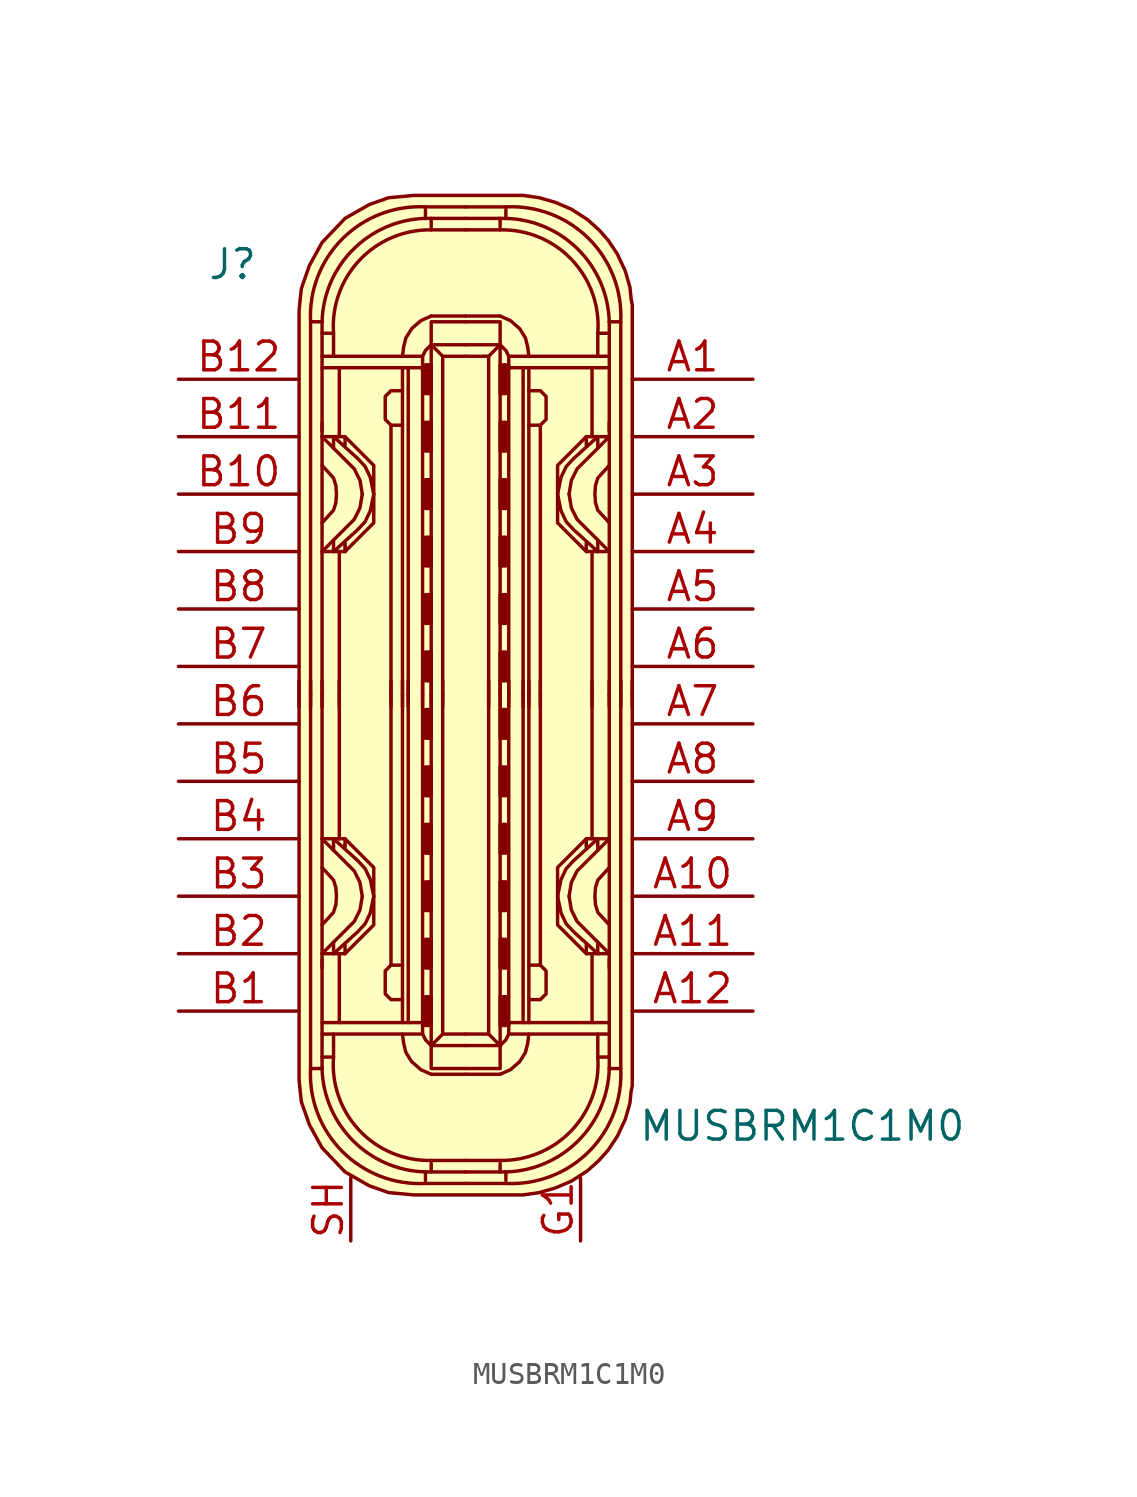
<source format=kicad_sym>
(kicad_symbol_lib
  (version 20220914)
  (generator kicad_symbol_editor)
  (symbol "MUSBRM1C1M0"
    (pin_names
      (offset 1.016))
    (property "Reference" "J"
      (at -11.43 19.05 0)
      (effects (font (size 1.27 1.27)) (justify left)))
    (property "Value" "MUSBRM1C1M0"
      (at 7.62 -19.05 0)
      (effects (font (size 1.27 1.27)) (justify left)))
    (symbol "MUSBRM1C1M0_1_1"
      (arc (start -6.858 -16.51) (mid -5.4492 -20.1812) (end -1.778 -21.59) (stroke (width 0) (type default)) (fill (type none)))
      (arc (start -6.35 -16.51) (mid -4.9749 -19.7069) (end -1.778 -21.082) (stroke (width 0) (type default)) (fill (type none)))
      (arc (start -5.842 -16.002) (mid -4.6972 -19.2495) (end -1.524 -20.574) (stroke (width 0) (type default)) (fill (type none)))
      (rectangle (start -1.778 -14.605) (end -1.524 -13.335) (stroke (width 0) (type default)) (fill (type outline)))
      (rectangle (start -1.778 -12.065) (end -1.524 -10.795) (stroke (width 0) (type default)) (fill (type outline)))
      (rectangle (start -1.778 -9.525) (end -1.524 -8.255) (stroke (width 0) (type default)) (fill (type outline)))
      (rectangle (start -1.778 -6.985) (end -1.524 -5.715) (stroke (width 0) (type default)) (fill (type outline)))
      (rectangle (start -1.778 -4.445) (end -1.524 -3.175) (stroke (width 0) (type default)) (fill (type outline)))
      (rectangle (start -1.778 -1.905) (end -1.524 -0.635) (stroke (width 0) (type default)) (fill (type outline)))
      (rectangle (start -1.778 1.905) (end -1.524 0.635) (stroke (width 0) (type default)) (fill (type outline)))
      (rectangle (start -1.778 4.445) (end -1.524 3.175) (stroke (width 0) (type default)) (fill (type outline)))
      (rectangle (start -1.778 6.985) (end -1.524 5.715) (stroke (width 0) (type default)) (fill (type outline)))
      (rectangle (start -1.778 9.525) (end -1.524 8.255) (stroke (width 0) (type default)) (fill (type outline)))
      (rectangle (start -1.778 12.065) (end -1.524 10.795) (stroke (width 0) (type default)) (fill (type outline)))
      (rectangle (start -1.778 14.605) (end -1.524 13.335) (stroke (width 0) (type default)) (fill (type outline)))
      (arc (start -1.778 21.082) (mid -4.9749 19.7069) (end -6.35 16.51) (stroke (width 0) (type default)) (fill (type none)))
      (arc (start -1.778 21.59) (mid -5.4492 20.1812) (end -6.858 16.51) (stroke (width 0) (type default)) (fill (type none)))
      (arc (start -1.524 20.574) (mid -4.6883 19.2412) (end -5.842 16.002) (stroke (width 0) (type default)) (fill (type none)))
      (polyline (pts (xy -7.366 -0.508) (xy -7.366 0.635)) (stroke (width 0) (type default)) (fill (type none)))
      (polyline (pts (xy -6.858 -0.508) (xy -6.858 0.635)) (stroke (width 0) (type default)) (fill (type none)))
      (polyline (pts (xy -6.35 -14.986) (xy -1.905 -14.986)) (stroke (width 0) (type default)) (fill (type none)))
      (polyline (pts (xy -6.35 -12.065) (xy -6.35 0)) (stroke (width 0) (type default)) (fill (type none)))
      (polyline (pts (xy -6.35 -0.508) (xy -6.35 0.635)) (stroke (width 0) (type default)) (fill (type none)))
      (polyline (pts (xy -6.35 12.065) (xy -6.35 0)) (stroke (width 0) (type default)) (fill (type none)))
      (polyline (pts (xy -6.35 14.986) (xy -1.905 14.986)) (stroke (width 0) (type default)) (fill (type none)))
      (polyline (pts (xy -5.842 -11.43) (xy -5.842 -10.922)) (stroke (width 0) (type default)) (fill (type none)))
      (polyline (pts (xy -5.842 -6.35) (xy -5.842 -6.858)) (stroke (width 0) (type default)) (fill (type none)))
      (polyline (pts (xy -5.842 6.35) (xy -5.842 6.858)) (stroke (width 0) (type default)) (fill (type none)))
      (polyline (pts (xy -5.842 11.43) (xy -5.842 10.922)) (stroke (width 0) (type default)) (fill (type none)))
      (polyline (pts (xy -5.588 -14.478) (xy -5.588 -11.43)) (stroke (width 0) (type default)) (fill (type none)))
      (polyline (pts (xy -5.588 -6.35) (xy -5.588 0)) (stroke (width 0) (type default)) (fill (type none)))
      (polyline (pts (xy -5.588 -0.508) (xy -5.588 0.635)) (stroke (width 0) (type default)) (fill (type none)))
      (polyline (pts (xy -5.588 6.35) (xy -5.588 0)) (stroke (width 0) (type default)) (fill (type none)))
      (polyline (pts (xy -5.588 14.478) (xy -5.588 11.43)) (stroke (width 0) (type default)) (fill (type none)))
      (polyline (pts (xy -5.334 -11.43) (xy -5.334 -11.049)) (stroke (width 0) (type default)) (fill (type none)))
      (polyline (pts (xy -5.334 -6.604) (xy -5.334 -6.731)) (stroke (width 0) (type default)) (fill (type none)))
      (polyline (pts (xy -5.334 -6.35) (xy -5.334 -6.604)) (stroke (width 0) (type default)) (fill (type none)))
      (polyline (pts (xy -5.334 6.35) (xy -5.334 6.604)) (stroke (width 0) (type default)) (fill (type none)))
      (polyline (pts (xy -5.334 6.604) (xy -5.334 6.731)) (stroke (width 0) (type default)) (fill (type none)))
      (polyline (pts (xy -5.334 11.43) (xy -5.334 11.049)) (stroke (width 0) (type default)) (fill (type none)))
      (polyline (pts (xy -3.302 -0.508) (xy -3.302 0.635)) (stroke (width 0) (type default)) (fill (type none)))
      (polyline (pts (xy -3.302 0) (xy -3.302 -11.938)) (stroke (width 0) (type default)) (fill (type none)))
      (polyline (pts (xy -3.302 0) (xy -3.302 11.938)) (stroke (width 0) (type default)) (fill (type none)))
      (polyline (pts (xy -2.794 -0.508) (xy -2.794 0.635)) (stroke (width 0) (type default)) (fill (type none)))
      (polyline (pts (xy -2.794 0) (xy -2.794 -14.478)) (stroke (width 0) (type default)) (fill (type none)))
      (polyline (pts (xy -2.794 0) (xy -2.794 14.478)) (stroke (width 0) (type default)) (fill (type none)))
      (polyline (pts (xy -2.54 -14.478) (xy -2.54 0)) (stroke (width 0) (type default)) (fill (type none)))
      (polyline (pts (xy -2.54 -0.508) (xy -2.54 0.635)) (stroke (width 0) (type default)) (fill (type none)))
      (polyline (pts (xy -2.54 14.478) (xy -2.54 0)) (stroke (width 0) (type default)) (fill (type none)))
      (polyline (pts (xy -1.905 -14.478) (xy -6.35 -14.478)) (stroke (width 0) (type default)) (fill (type none)))
      (polyline (pts (xy -1.905 -0.508) (xy -1.905 0.635)) (stroke (width 0) (type default)) (fill (type none)))
      (polyline (pts (xy -1.905 0) (xy -1.905 -14.605)) (stroke (width 0) (type default)) (fill (type none)))
      (polyline (pts (xy -1.905 0) (xy -1.905 14.605)) (stroke (width 0) (type default)) (fill (type none)))
      (polyline (pts (xy -1.905 14.478) (xy -6.35 14.478)) (stroke (width 0) (type default)) (fill (type none)))
      (polyline (pts (xy -1.778 -21.59) (xy 0 -21.59)) (stroke (width 0) (type default)) (fill (type background)))
      (polyline (pts (xy -1.778 -21.082) (xy -1.778 -21.463)) (stroke (width 0) (type default)) (fill (type none)))
      (polyline (pts (xy -1.778 -21.082) (xy 0 -21.082)) (stroke (width 0) (type default)) (fill (type none)))
      (polyline (pts (xy -1.778 21.082) (xy -1.778 21.463)) (stroke (width 0) (type default)) (fill (type none)))
      (polyline (pts (xy -1.778 21.082) (xy 0 21.082)) (stroke (width 0) (type default)) (fill (type none)))
      (polyline (pts (xy -1.778 21.59) (xy 0 21.59)) (stroke (width 0) (type default)) (fill (type background)))
      (polyline (pts (xy -1.524 -20.701) (xy -1.524 -21.082)) (stroke (width 0) (type default)) (fill (type none)))
      (polyline (pts (xy -1.524 -20.574) (xy 0 -20.574)) (stroke (width 0) (type default)) (fill (type none)))
      (polyline (pts (xy -1.524 -0.508) (xy -1.524 0.635)) (stroke (width 0) (type default)) (fill (type none)))
      (polyline (pts (xy -1.524 20.574) (xy 0 20.574)) (stroke (width 0) (type default)) (fill (type none)))
      (polyline (pts (xy -1.524 20.701) (xy -1.524 21.082)) (stroke (width 0) (type default)) (fill (type none)))
      (polyline (pts (xy -1.016 -14.986) (xy -1.524 -15.494)) (stroke (width 0) (type default)) (fill (type none)))
      (polyline (pts (xy -1.016 -0.508) (xy -1.016 0.635)) (stroke (width 0) (type default)) (fill (type none)))
      (polyline (pts (xy -1.016 14.986) (xy -1.524 15.494)) (stroke (width 0) (type default)) (fill (type none)))
      (polyline (pts (xy 0 -16.764) (xy -1.524 -16.764)) (stroke (width 0) (type default)) (fill (type none)))
      (polyline (pts (xy 0 -16.764) (xy 1.524 -16.764)) (stroke (width 0) (type default)) (fill (type none)))
      (polyline (pts (xy 0 16.764) (xy -1.524 16.764)) (stroke (width 0) (type default)) (fill (type none)))
      (polyline (pts (xy 0 16.764) (xy 1.524 16.764)) (stroke (width 0) (type default)) (fill (type none)))
      (polyline (pts (xy 1.016 -14.986) (xy 1.524 -15.494)) (stroke (width 0) (type default)) (fill (type none)))
      (polyline (pts (xy 1.016 -0.508) (xy 1.016 0.635)) (stroke (width 0) (type default)) (fill (type none)))
      (polyline (pts (xy 1.016 14.986) (xy 1.524 15.494)) (stroke (width 0) (type default)) (fill (type none)))
      (polyline (pts (xy 1.524 -20.701) (xy 1.524 -21.082)) (stroke (width 0) (type default)) (fill (type none)))
      (polyline (pts (xy 1.524 -20.574) (xy 0 -20.574)) (stroke (width 0) (type default)) (fill (type none)))
      (polyline (pts (xy 1.524 -0.508) (xy 1.524 0.635)) (stroke (width 0) (type default)) (fill (type none)))
      (polyline (pts (xy 1.524 20.574) (xy 0 20.574)) (stroke (width 0) (type default)) (fill (type none)))
      (polyline (pts (xy 1.524 20.701) (xy 1.524 21.082)) (stroke (width 0) (type default)) (fill (type none)))
      (polyline (pts (xy 1.778 -21.59) (xy 0 -21.59)) (stroke (width 0) (type default)) (fill (type background)))
      (polyline (pts (xy 1.778 -21.082) (xy 0 -21.082)) (stroke (width 0) (type default)) (fill (type none)))
      (polyline (pts (xy 1.778 -21.082) (xy 1.778 -21.463)) (stroke (width 0) (type default)) (fill (type none)))
      (polyline (pts (xy 1.778 21.082) (xy 0 21.082)) (stroke (width 0) (type default)) (fill (type none)))
      (polyline (pts (xy 1.778 21.082) (xy 1.778 21.463)) (stroke (width 0) (type default)) (fill (type none)))
      (polyline (pts (xy 1.778 21.59) (xy 0 21.59)) (stroke (width 0) (type default)) (fill (type background)))
      (polyline (pts (xy 1.905 -14.478) (xy 6.35 -14.478)) (stroke (width 0) (type default)) (fill (type none)))
      (polyline (pts (xy 1.905 -0.508) (xy 1.905 0.635)) (stroke (width 0) (type default)) (fill (type none)))
      (polyline (pts (xy 1.905 0) (xy 1.905 -14.605)) (stroke (width 0) (type default)) (fill (type none)))
      (polyline (pts (xy 1.905 0) (xy 1.905 14.605)) (stroke (width 0) (type default)) (fill (type none)))
      (polyline (pts (xy 1.905 14.478) (xy 6.35 14.478)) (stroke (width 0) (type default)) (fill (type none)))
      (polyline (pts (xy 2.54 -14.478) (xy 2.54 0)) (stroke (width 0) (type default)) (fill (type none)))
      (polyline (pts (xy 2.54 -0.508) (xy 2.54 0.635)) (stroke (width 0) (type default)) (fill (type none)))
      (polyline (pts (xy 2.54 14.478) (xy 2.54 0)) (stroke (width 0) (type default)) (fill (type none)))
      (polyline (pts (xy 2.794 -0.508) (xy 2.794 0.635)) (stroke (width 0) (type default)) (fill (type none)))
      (polyline (pts (xy 2.794 0) (xy 2.794 -14.478)) (stroke (width 0) (type default)) (fill (type none)))
      (polyline (pts (xy 2.794 0) (xy 2.794 14.478)) (stroke (width 0) (type default)) (fill (type none)))
      (polyline (pts (xy 3.302 -0.508) (xy 3.302 0.635)) (stroke (width 0) (type default)) (fill (type none)))
      (polyline (pts (xy 3.302 0) (xy 3.302 -11.938)) (stroke (width 0) (type default)) (fill (type none)))
      (polyline (pts (xy 3.302 0) (xy 3.302 11.938)) (stroke (width 0) (type default)) (fill (type none)))
      (polyline (pts (xy 5.334 -11.43) (xy 5.334 -11.049)) (stroke (width 0) (type default)) (fill (type none)))
      (polyline (pts (xy 5.334 -6.604) (xy 5.334 -6.731)) (stroke (width 0) (type default)) (fill (type none)))
      (polyline (pts (xy 5.334 -6.35) (xy 5.334 -6.604)) (stroke (width 0) (type default)) (fill (type none)))
      (polyline (pts (xy 5.334 6.35) (xy 5.334 6.604)) (stroke (width 0) (type default)) (fill (type none)))
      (polyline (pts (xy 5.334 6.604) (xy 5.334 6.731)) (stroke (width 0) (type default)) (fill (type none)))
      (polyline (pts (xy 5.334 11.43) (xy 5.334 11.049)) (stroke (width 0) (type default)) (fill (type none)))
      (polyline (pts (xy 5.588 -14.478) (xy 5.588 -11.43)) (stroke (width 0) (type default)) (fill (type none)))
      (polyline (pts (xy 5.588 -6.35) (xy 5.588 0)) (stroke (width 0) (type default)) (fill (type none)))
      (polyline (pts (xy 5.588 -0.508) (xy 5.588 0.635)) (stroke (width 0) (type default)) (fill (type none)))
      (polyline (pts (xy 5.588 6.35) (xy 5.588 0)) (stroke (width 0) (type default)) (fill (type none)))
      (polyline (pts (xy 5.588 14.478) (xy 5.588 11.43)) (stroke (width 0) (type default)) (fill (type none)))
      (polyline (pts (xy 5.842 -11.43) (xy 5.842 -10.922)) (stroke (width 0) (type default)) (fill (type none)))
      (polyline (pts (xy 5.842 -6.35) (xy 5.842 -6.858)) (stroke (width 0) (type default)) (fill (type none)))
      (polyline (pts (xy 5.842 6.35) (xy 5.842 6.858)) (stroke (width 0) (type default)) (fill (type none)))
      (polyline (pts (xy 5.842 11.43) (xy 5.842 10.922)) (stroke (width 0) (type default)) (fill (type none)))
      (polyline (pts (xy 6.35 -14.986) (xy 1.905 -14.986)) (stroke (width 0) (type default)) (fill (type none)))
      (polyline (pts (xy 6.35 -12.065) (xy 6.35 0)) (stroke (width 0) (type default)) (fill (type none)))
      (polyline (pts (xy 6.35 -0.508) (xy 6.35 0.635)) (stroke (width 0) (type default)) (fill (type none)))
      (polyline (pts (xy 6.35 12.065) (xy 6.35 0)) (stroke (width 0) (type default)) (fill (type none)))
      (polyline (pts (xy 6.35 14.986) (xy 1.905 14.986)) (stroke (width 0) (type default)) (fill (type none)))
      (polyline (pts (xy 6.858 -0.508) (xy 6.858 0.635)) (stroke (width 0) (type default)) (fill (type none)))
      (polyline (pts (xy 7.366 -0.508) (xy 7.366 0.635)) (stroke (width 0) (type default)) (fill (type none)))
      (polyline (pts (xy -6.35 -16.51) (xy -6.858 -16.51) (xy -6.858 0)) (stroke (width 0) (type default)) (fill (type none)))
      (polyline (pts (xy -6.35 -11.684) (xy -6.35 -15.875) (xy -6.35 -16.51)) (stroke (width 0) (type default)) (fill (type none)))
      (polyline (pts (xy -6.35 11.684) (xy -6.35 15.875) (xy -6.35 16.51)) (stroke (width 0) (type default)) (fill (type none)))
      (polyline (pts (xy -6.35 16.51) (xy -6.858 16.51) (xy -6.858 0)) (stroke (width 0) (type default)) (fill (type none)))
      (polyline (pts (xy -5.842 -14.986) (xy -5.842 -16.002) (xy -6.35 -16.002)) (stroke (width 0) (type default)) (fill (type none)))
      (polyline (pts (xy -5.842 14.986) (xy -5.842 16.002) (xy -6.35 16.002)) (stroke (width 0) (type default)) (fill (type none)))
      (polyline (pts (xy -1.524 0) (xy -1.524 -15.494) (xy 0 -15.494)) (stroke (width 0) (type default)) (fill (type none)))
      (polyline (pts (xy -1.524 0) (xy -1.524 15.494) (xy 0 15.494)) (stroke (width 0) (type default)) (fill (type none)))
      (polyline (pts (xy -1.016 0) (xy -1.016 -14.986) (xy 0 -14.986)) (stroke (width 0) (type default)) (fill (type none)))
      (polyline (pts (xy -1.016 0) (xy -1.016 14.986) (xy 0 14.986)) (stroke (width 0) (type default)) (fill (type none)))
      (polyline (pts (xy 1.016 0) (xy 1.016 -14.986) (xy 0 -14.986)) (stroke (width 0) (type default)) (fill (type none)))
      (polyline (pts (xy 1.016 0) (xy 1.016 14.986) (xy 0 14.986)) (stroke (width 0) (type default)) (fill (type none)))
      (polyline (pts (xy 1.524 0) (xy 1.524 -15.494) (xy 0 -15.494)) (stroke (width 0) (type default)) (fill (type none)))
      (polyline (pts (xy 1.524 0) (xy 1.524 15.494) (xy 0 15.494)) (stroke (width 0) (type default)) (fill (type none)))
      (polyline (pts (xy 5.842 -14.986) (xy 5.842 -16.002) (xy 6.35 -16.002)) (stroke (width 0) (type default)) (fill (type none)))
      (polyline (pts (xy 5.842 14.986) (xy 5.842 16.002) (xy 6.35 16.002)) (stroke (width 0) (type default)) (fill (type none)))
      (polyline (pts (xy 6.35 -16.51) (xy 6.858 -16.51) (xy 6.858 0)) (stroke (width 0) (type default)) (fill (type none)))
      (polyline (pts (xy 6.35 -11.684) (xy 6.35 -15.875) (xy 6.35 -16.51)) (stroke (width 0) (type default)) (fill (type none)))
      (polyline (pts (xy 6.35 11.684) (xy 6.35 15.875) (xy 6.35 16.51)) (stroke (width 0) (type default)) (fill (type none)))
      (polyline (pts (xy 6.35 16.51) (xy 6.858 16.51) (xy 6.858 0)) (stroke (width 0) (type default)) (fill (type none)))
      (polyline (pts (xy -6.35 -11.43) (xy -4.928 -10.008) (xy -4.674 -9.5) (xy -4.572 -8.89)) (stroke (width 0) (type default)) (fill (type none)))
      (polyline (pts (xy -6.35 -10.16) (xy -5.842 -9.601) (xy -5.74 -9.271) (xy -5.715 -8.915)) (stroke (width 0) (type default)) (fill (type none)))
      (polyline (pts (xy -6.35 -7.62) (xy -5.842 -8.179) (xy -5.74 -8.509) (xy -5.715 -8.865)) (stroke (width 0) (type default)) (fill (type none)))
      (polyline (pts (xy -6.35 -6.35) (xy -4.928 -7.772) (xy -4.674 -8.28) (xy -4.572 -8.89)) (stroke (width 0) (type default)) (fill (type none)))
      (polyline (pts (xy -6.35 6.35) (xy -4.928 7.772) (xy -4.674 8.28) (xy -4.572 8.89)) (stroke (width 0) (type default)) (fill (type none)))
      (polyline (pts (xy -6.35 7.62) (xy -5.842 8.179) (xy -5.74 8.509) (xy -5.715 8.865)) (stroke (width 0) (type default)) (fill (type none)))
      (polyline (pts (xy -6.35 10.16) (xy -5.842 9.601) (xy -5.74 9.271) (xy -5.715 8.915)) (stroke (width 0) (type default)) (fill (type none)))
      (polyline (pts (xy -6.35 11.43) (xy -4.928 10.008) (xy -4.674 9.5) (xy -4.572 8.89)) (stroke (width 0) (type default)) (fill (type none)))
      (polyline (pts (xy -1.905 -14.605) (xy -1.905 -14.986) (xy -1.778 -15.24) (xy -1.524 -15.494)) (stroke (width 0) (type default)) (fill (type none)))
      (polyline (pts (xy -1.905 14.605) (xy -1.905 14.986) (xy -1.778 15.24) (xy -1.524 15.494)) (stroke (width 0) (type default)) (fill (type none)))
      (polyline (pts (xy 0 -16.51) (xy -1.397 -16.51) (xy -1.524 -16.51) (xy -1.524 -15.494)) (stroke (width 0) (type default)) (fill (type none)))
      (polyline (pts (xy 0 -16.51) (xy 1.397 -16.51) (xy 1.524 -16.51) (xy 1.524 -15.494)) (stroke (width 0) (type default)) (fill (type none)))
      (polyline (pts (xy 0 16.51) (xy -1.397 16.51) (xy -1.524 16.51) (xy -1.524 15.494)) (stroke (width 0) (type default)) (fill (type none)))
      (polyline (pts (xy 0 16.51) (xy 1.397 16.51) (xy 1.524 16.51) (xy 1.524 15.494)) (stroke (width 0) (type default)) (fill (type none)))
      (polyline (pts (xy 1.905 -14.605) (xy 1.905 -14.986) (xy 1.778 -15.24) (xy 1.524 -15.494)) (stroke (width 0) (type default)) (fill (type none)))
      (polyline (pts (xy 1.905 14.605) (xy 1.905 14.986) (xy 1.778 15.24) (xy 1.524 15.494)) (stroke (width 0) (type default)) (fill (type none)))
      (polyline (pts (xy 6.35 -11.43) (xy 4.928 -10.008) (xy 4.674 -9.5) (xy 4.572 -8.89)) (stroke (width 0) (type default)) (fill (type none)))
      (polyline (pts (xy 6.35 -10.16) (xy 5.842 -9.601) (xy 5.74 -9.271) (xy 5.715 -8.915)) (stroke (width 0) (type default)) (fill (type none)))
      (polyline (pts (xy 6.35 -7.62) (xy 5.842 -8.179) (xy 5.74 -8.509) (xy 5.715 -8.865)) (stroke (width 0) (type default)) (fill (type none)))
      (polyline (pts (xy 6.35 -6.35) (xy 4.928 -7.772) (xy 4.674 -8.28) (xy 4.572 -8.89)) (stroke (width 0) (type default)) (fill (type none)))
      (polyline (pts (xy 6.35 6.35) (xy 4.928 7.772) (xy 4.674 8.28) (xy 4.572 8.89)) (stroke (width 0) (type default)) (fill (type none)))
      (polyline (pts (xy 6.35 7.62) (xy 5.842 8.179) (xy 5.74 8.509) (xy 5.715 8.865)) (stroke (width 0) (type default)) (fill (type none)))
      (polyline (pts (xy 6.35 10.16) (xy 5.842 9.601) (xy 5.74 9.271) (xy 5.715 8.915)) (stroke (width 0) (type default)) (fill (type none)))
      (polyline (pts (xy 6.35 11.43) (xy 4.928 10.008) (xy 4.674 9.5) (xy 4.572 8.89)) (stroke (width 0) (type default)) (fill (type none)))
      (polyline (pts (xy -5.842 -11.43) (xy -4.775 -10.465) (xy -4.445 -10.109) (xy -4.216 -9.627) (xy -4.064 -8.89)) (stroke (width 0) (type default)) (fill (type none)))
      (polyline (pts (xy -5.842 -6.35) (xy -4.775 -7.315) (xy -4.445 -7.671) (xy -4.216 -8.153) (xy -4.064 -8.89)) (stroke (width 0) (type default)) (fill (type none)))
      (polyline (pts (xy -5.842 6.35) (xy -4.775 7.315) (xy -4.445 7.671) (xy -4.216 8.153) (xy -4.064 8.89)) (stroke (width 0) (type default)) (fill (type none)))
      (polyline (pts (xy -5.842 11.43) (xy -4.775 10.465) (xy -4.445 10.109) (xy -4.216 9.627) (xy -4.064 8.89)) (stroke (width 0) (type default)) (fill (type none)))
      (polyline (pts (xy 5.842 -11.43) (xy 4.775 -10.465) (xy 4.445 -10.109) (xy 4.216 -9.627) (xy 4.064 -8.89)) (stroke (width 0) (type default)) (fill (type none)))
      (polyline (pts (xy 5.842 -6.35) (xy 4.775 -7.315) (xy 4.445 -7.671) (xy 4.216 -8.153) (xy 4.064 -8.89)) (stroke (width 0) (type default)) (fill (type none)))
      (polyline (pts (xy 5.842 6.35) (xy 4.775 7.315) (xy 4.445 7.671) (xy 4.216 8.153) (xy 4.064 8.89)) (stroke (width 0) (type default)) (fill (type none)))
      (polyline (pts (xy 5.842 11.43) (xy 4.775 10.465) (xy 4.445 10.109) (xy 4.216 9.627) (xy 4.064 8.89)) (stroke (width 0) (type default)) (fill (type none)))
      (polyline (pts (xy -6.35 -11.43) (xy -5.334 -11.43) (xy -4.064 -10.16) (xy -4.064 -7.62) (xy -5.334 -6.35) (xy -6.35 -6.35)) (stroke (width 0) (type default)) (fill (type none)))
      (polyline (pts (xy -6.35 11.43) (xy -5.334 11.43) (xy -4.064 10.16) (xy -4.064 7.62) (xy -5.334 6.35) (xy -6.35 6.35)) (stroke (width 0) (type default)) (fill (type none)))
      (polyline (pts (xy -2.794 -14.986) (xy -2.743 -15.392) (xy -2.642 -15.799) (xy -2.388 -16.205) (xy -1.981 -16.561) (xy -1.524 -16.764)) (stroke (width 0) (type default)) (fill (type none)))
      (polyline (pts (xy -2.794 -13.462) (xy -3.302 -13.462) (xy -3.556 -13.208) (xy -3.556 -12.192) (xy -3.302 -11.938) (xy -2.794 -11.938)) (stroke (width 0) (type default)) (fill (type none)))
      (polyline (pts (xy -2.794 13.462) (xy -3.302 13.462) (xy -3.556 13.208) (xy -3.556 12.192) (xy -3.302 11.938) (xy -2.794 11.938)) (stroke (width 0) (type default)) (fill (type none)))
      (polyline (pts (xy -2.794 14.986) (xy -2.743 15.392) (xy -2.642 15.799) (xy -2.388 16.205) (xy -1.981 16.561) (xy -1.524 16.764)) (stroke (width 0) (type default)) (fill (type none)))
      (polyline (pts (xy 2.794 -14.986) (xy 2.743 -15.392) (xy 2.642 -15.799) (xy 2.388 -16.205) (xy 1.981 -16.561) (xy 1.524 -16.764)) (stroke (width 0) (type default)) (fill (type none)))
      (polyline (pts (xy 2.794 -13.462) (xy 3.302 -13.462) (xy 3.556 -13.208) (xy 3.556 -12.192) (xy 3.302 -11.938) (xy 2.794 -11.938)) (stroke (width 0) (type default)) (fill (type none)))
      (polyline (pts (xy 2.794 13.462) (xy 3.302 13.462) (xy 3.556 13.208) (xy 3.556 12.192) (xy 3.302 11.938) (xy 2.794 11.938)) (stroke (width 0) (type default)) (fill (type none)))
      (polyline (pts (xy 2.794 14.986) (xy 2.743 15.392) (xy 2.642 15.799) (xy 2.388 16.205) (xy 1.981 16.561) (xy 1.524 16.764)) (stroke (width 0) (type default)) (fill (type none)))
      (polyline (pts (xy 6.35 -11.43) (xy 5.334 -11.43) (xy 4.064 -10.16) (xy 4.064 -7.62) (xy 5.334 -6.35) (xy 6.35 -6.35)) (stroke (width 0) (type default)) (fill (type none)))
      (polyline (pts (xy 6.35 11.43) (xy 5.334 11.43) (xy 4.064 10.16) (xy 4.064 7.62) (xy 5.334 6.35) (xy 6.35 6.35)) (stroke (width 0) (type default)) (fill (type none)))
      (polyline (pts (xy 7.366 0) (xy 7.366 -17.018) (xy 7.366 -17.272) (xy 7.315 -17.526) (xy 7.264 -18.034) (xy 7.061 -18.745) (xy 6.706 -19.507) (xy 6.299 -20.117) (xy 5.893 -20.574) (xy 5.385 -21.031) (xy 4.674 -21.488) (xy 3.962 -21.793) (xy 3.251 -21.996) (xy 2.54 -22.098) (xy -2.286 -22.098) (xy -3.404 -21.996) (xy -4.267 -21.692) (xy -5.334 -21.082) (xy -6.35 -20.015) (xy -6.909 -18.999) (xy -7.264 -17.983) (xy -7.315 -17.526) (xy -7.366 -17.018) (xy -7.366 0)) (stroke (width 0) (type default)) (fill (type background)))
      (polyline (pts (xy 7.366 0) (xy 7.366 17.018) (xy 7.366 17.272) (xy 7.315 17.526) (xy 7.264 18.034) (xy 7.061 18.745) (xy 6.706 19.507) (xy 6.299 20.117) (xy 5.893 20.574) (xy 5.385 21.031) (xy 4.674 21.488) (xy 3.962 21.793) (xy 3.251 21.996) (xy 2.54 22.098) (xy -2.286 22.098) (xy -3.404 21.996) (xy -4.267 21.692) (xy -5.334 21.082) (xy -6.35 20.015) (xy -6.909 18.999) (xy -7.264 17.983) (xy -7.315 17.526) (xy -7.366 17.018) (xy -7.366 0)) (stroke (width 0) (type default)) (fill (type background)))
      (arc (start 1.524 -20.574) (mid 4.6883 -19.2412) (end 5.842 -16.002) (stroke (width 0) (type default)) (fill (type none)))
      (arc (start 1.778 -21.59) (mid 5.4492 -20.1812) (end 6.858 -16.51) (stroke (width 0) (type default)) (fill (type none)))
      (arc (start 1.778 -21.082) (mid 4.9749 -19.7069) (end 6.35 -16.51) (stroke (width 0) (type default)) (fill (type none)))
      (rectangle (start 1.778 -14.605) (end 1.524 -13.335) (stroke (width 0) (type default)) (fill (type outline)))
      (rectangle (start 1.778 -12.065) (end 1.524 -10.795) (stroke (width 0) (type default)) (fill (type outline)))
      (rectangle (start 1.778 -9.525) (end 1.524 -8.255) (stroke (width 0) (type default)) (fill (type outline)))
      (rectangle (start 1.778 -6.985) (end 1.524 -5.715) (stroke (width 0) (type default)) (fill (type outline)))
      (rectangle (start 1.778 -4.445) (end 1.524 -3.175) (stroke (width 0) (type default)) (fill (type outline)))
      (rectangle (start 1.778 -1.905) (end 1.524 -0.635) (stroke (width 0) (type default)) (fill (type outline)))
      (rectangle (start 1.778 1.905) (end 1.524 0.635) (stroke (width 0) (type default)) (fill (type outline)))
      (rectangle (start 1.778 4.445) (end 1.524 3.175) (stroke (width 0) (type default)) (fill (type outline)))
      (rectangle (start 1.778 6.985) (end 1.524 5.715) (stroke (width 0) (type default)) (fill (type outline)))
      (rectangle (start 1.778 9.525) (end 1.524 8.255) (stroke (width 0) (type default)) (fill (type outline)))
      (rectangle (start 1.778 12.065) (end 1.524 10.795) (stroke (width 0) (type default)) (fill (type outline)))
      (rectangle (start 1.778 14.605) (end 1.524 13.335) (stroke (width 0) (type default)) (fill (type outline)))
      (arc (start 5.842 16.002) (mid 4.6972 19.2495) (end 1.524 20.574) (stroke (width 0) (type default)) (fill (type none)))
      (arc (start 6.35 16.51) (mid 4.9749 19.7069) (end 1.778 21.082) (stroke (width 0) (type default)) (fill (type none)))
      (arc (start 6.858 16.51) (mid 5.4492 20.1812) (end 1.778 21.59) (stroke (width 0) (type default)) (fill (type none)))
      (pin passive line (at 12.7 13.97 180) (length 5.334) (name "~" (effects (font (size 1.27 1.27)))) (number "A1" (effects (font (size 1.27 1.27)))))
      (pin passive line (at 12.7 -8.89 180) (length 5.334) (name "~" (effects (font (size 1.27 1.27)))) (number "A10" (effects (font (size 1.27 1.27)))))
      (pin passive line (at 12.7 -11.43 180) (length 5.334) (name "~" (effects (font (size 1.27 1.27)))) (number "A11" (effects (font (size 1.27 1.27)))))
      (pin passive line (at 12.7 -13.97 180) (length 5.334) (name "~" (effects (font (size 1.27 1.27)))) (number "A12" (effects (font (size 1.27 1.27)))))
      (pin passive line (at 12.7 11.43 180) (length 5.334) (name "~" (effects (font (size 1.27 1.27)))) (number "A2" (effects (font (size 1.27 1.27)))))
      (pin passive line (at 12.7 8.89 180) (length 5.334) (name "~" (effects (font (size 1.27 1.27)))) (number "A3" (effects (font (size 1.27 1.27)))))
      (pin passive line (at 12.7 6.35 180) (length 5.334) (name "~" (effects (font (size 1.27 1.27)))) (number "A4" (effects (font (size 1.27 1.27)))))
      (pin passive line (at 12.7 3.81 180) (length 5.334) (name "~" (effects (font (size 1.27 1.27)))) (number "A5" (effects (font (size 1.27 1.27)))))
      (pin passive line (at 12.7 1.27 180) (length 5.334) (name "~" (effects (font (size 1.27 1.27)))) (number "A6" (effects (font (size 1.27 1.27)))))
      (pin passive line (at 12.7 -1.27 180) (length 5.334) (name "~" (effects (font (size 1.27 1.27)))) (number "A7" (effects (font (size 1.27 1.27)))))
      (pin passive line (at 12.7 -3.81 180) (length 5.334) (name "~" (effects (font (size 1.27 1.27)))) (number "A8" (effects (font (size 1.27 1.27)))))
      (pin passive line (at 12.7 -6.35 180) (length 5.334) (name "~" (effects (font (size 1.27 1.27)))) (number "A9" (effects (font (size 1.27 1.27)))))
      (pin passive line (at -12.7 -13.97 0) (length 5.334) (name "~" (effects (font (size 1.27 1.27)))) (number "B1" (effects (font (size 1.27 1.27)))))
      (pin passive line (at -12.7 8.89 0) (length 5.334) (name "~" (effects (font (size 1.27 1.27)))) (number "B10" (effects (font (size 1.27 1.27)))))
      (pin passive line (at -12.7 11.43 0) (length 5.334) (name "~" (effects (font (size 1.27 1.27)))) (number "B11" (effects (font (size 1.27 1.27)))))
      (pin passive line (at -12.7 13.97 0) (length 5.334) (name "~" (effects (font (size 1.27 1.27)))) (number "B12" (effects (font (size 1.27 1.27)))))
      (pin passive line (at -12.7 -11.43 0) (length 5.334) (name "~" (effects (font (size 1.27 1.27)))) (number "B2" (effects (font (size 1.27 1.27)))))
      (pin passive line (at -12.7 -8.89 0) (length 5.334) (name "~" (effects (font (size 1.27 1.27)))) (number "B3" (effects (font (size 1.27 1.27)))))
      (pin passive line (at -12.7 -6.35 0) (length 5.334) (name "~" (effects (font (size 1.27 1.27)))) (number "B4" (effects (font (size 1.27 1.27)))))
      (pin passive line (at -12.7 -3.81 0) (length 5.334) (name "~" (effects (font (size 1.27 1.27)))) (number "B5" (effects (font (size 1.27 1.27)))))
      (pin passive line (at -12.7 -1.27 0) (length 5.334) (name "~" (effects (font (size 1.27 1.27)))) (number "B6" (effects (font (size 1.27 1.27)))))
      (pin passive line (at -12.7 1.27 0) (length 5.334) (name "~" (effects (font (size 1.27 1.27)))) (number "B7" (effects (font (size 1.27 1.27)))))
      (pin passive line (at -12.7 3.81 0) (length 5.334) (name "~" (effects (font (size 1.27 1.27)))) (number "B8" (effects (font (size 1.27 1.27)))))
      (pin passive line (at -12.7 6.35 0) (length 5.334) (name "~" (effects (font (size 1.27 1.27)))) (number "B9" (effects (font (size 1.27 1.27)))))
      (pin input line (at 5.08 -24.13 90) (length 2.794) (name "~" (effects (font (size 1.27 1.27)))) (number "G1" (effects (font (size 1.27 1.27)))))
      (pin input line (at -5.08 -24.13 90) (length 2.794) (name "~" (effects (font (size 1.27 1.27)))) (number "SH" (effects (font (size 1.27 1.27))))))))
</source>
